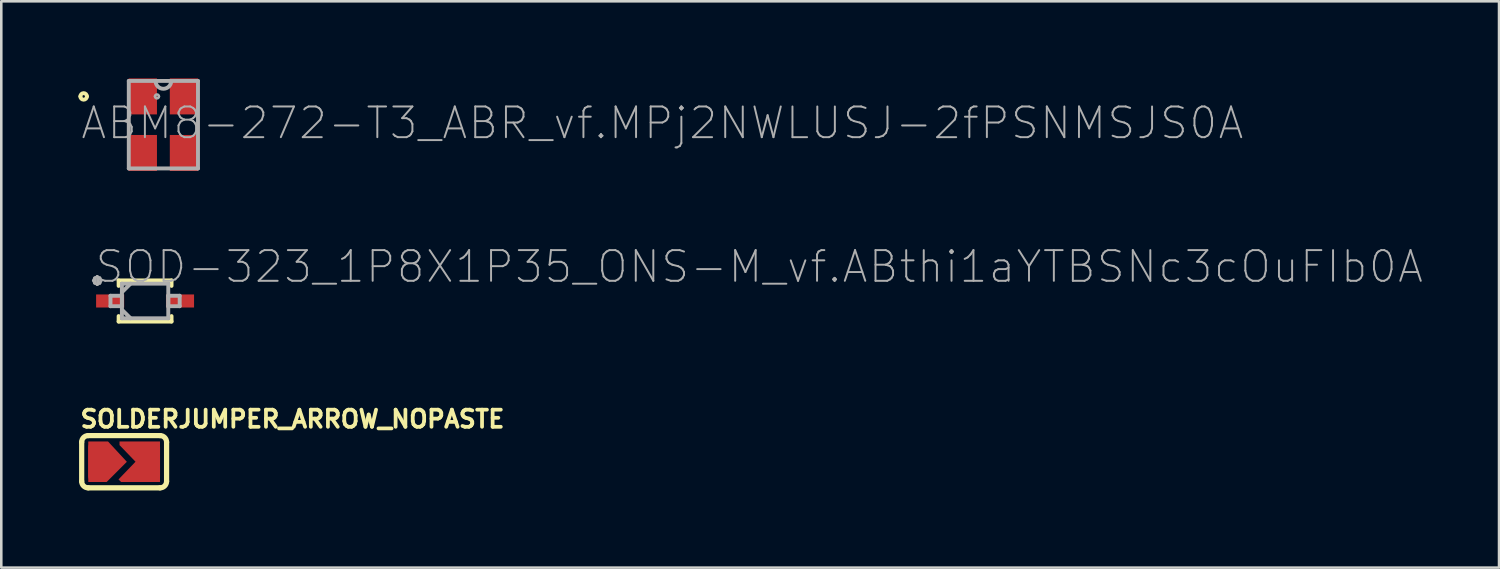
<source format=kicad_pcb>
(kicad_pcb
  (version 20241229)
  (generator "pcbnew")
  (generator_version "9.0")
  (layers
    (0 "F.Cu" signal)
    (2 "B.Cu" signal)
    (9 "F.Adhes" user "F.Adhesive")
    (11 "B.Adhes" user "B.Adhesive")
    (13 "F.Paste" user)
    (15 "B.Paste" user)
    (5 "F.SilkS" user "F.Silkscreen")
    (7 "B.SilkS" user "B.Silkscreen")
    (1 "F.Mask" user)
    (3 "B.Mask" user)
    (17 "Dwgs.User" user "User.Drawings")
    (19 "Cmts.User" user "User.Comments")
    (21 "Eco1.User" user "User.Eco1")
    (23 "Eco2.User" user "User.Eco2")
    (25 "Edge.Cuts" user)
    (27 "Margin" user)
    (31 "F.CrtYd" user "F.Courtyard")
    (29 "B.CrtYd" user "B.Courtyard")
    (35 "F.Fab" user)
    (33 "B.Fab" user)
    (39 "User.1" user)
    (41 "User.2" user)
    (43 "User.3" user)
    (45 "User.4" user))
  (footprint "SOD-323_1P8X1P35_ONS-M_vf.ABthi1aYTBSNc3cOuFIb0A"
    (layer "F.Cu")
    (at 2.593 8.657)
    (property "Reference" "SOD-323_1P8X1P35_ONS-M_vf.ABthi1aYTBSNc3cOuFIb0A" (at -2.001 -0.635 0) (unlocked yes) (layer "F.Fab") (effects (font (size 1.194 1.194) (thickness 0.076)) (justify left bottom)))
    (fp_line (start -1.029 -0.8) (end -1.029 -0.587) (stroke (width 0.152) (type solid)) (layer "F.SilkS"))
    (fp_line (start -1.029 0.587) (end -1.029 0.8) (stroke (width 0.152) (type solid)) (layer "F.SilkS"))
    (fp_line (start -1.029 0.8) (end 1.029 0.8) (stroke (width 0.152) (type solid)) (layer "F.SilkS"))
    (fp_line (start 1.029 -0.8) (end -1.029 -0.8) (stroke (width 0.152) (type solid)) (layer "F.SilkS"))
    (fp_line (start 1.029 -0.587) (end 1.029 -0.8) (stroke (width 0.152) (type solid)) (layer "F.SilkS"))
    (fp_line (start 1.029 0.8) (end 1.029 0.587) (stroke (width 0.152) (type solid)) (layer "F.SilkS"))
    (fp_line (start -1.346 -0.203) (end -1.346 0.203) (stroke (width 0.152) (type solid)) (layer "F.Fab"))
    (fp_line (start -1.346 0.203) (end -0.902 0.203) (stroke (width 0.152) (type solid)) (layer "F.Fab"))
    (fp_line (start -0.902 -0.673) (end -0.902 0.673) (stroke (width 0.152) (type solid)) (layer "F.Fab"))
    (fp_line (start -0.902 -0.337) (end -0.565 -0.673) (stroke (width 0.152) (type solid)) (layer "F.Fab"))
    (fp_line (start -0.902 -0.203) (end -1.346 -0.203) (stroke (width 0.152) (type solid)) (layer "F.Fab"))
    (fp_line (start -0.902 0.203) (end -0.902 -0.203) (stroke (width 0.152) (type solid)) (layer "F.Fab"))
    (fp_line (start -0.902 0.337) (end -0.565 0.673) (stroke (width 0.152) (type solid)) (layer "F.Fab"))
    (fp_line (start -0.902 0.673) (end 0.902 0.673) (stroke (width 0.152) (type solid)) (layer "F.Fab"))
    (fp_line (start 0.902 -0.673) (end -0.902 -0.673) (stroke (width 0.152) (type solid)) (layer "F.Fab"))
    (fp_line (start 0.902 -0.203) (end 0.902 0.203) (stroke (width 0.152) (type solid)) (layer "F.Fab"))
    (fp_line (start 0.902 0.203) (end 1.346 0.203) (stroke (width 0.152) (type solid)) (layer "F.Fab"))
    (fp_line (start 0.902 0.673) (end 0.902 -0.673) (stroke (width 0.152) (type solid)) (layer "F.Fab"))
    (fp_line (start 1.346 -0.203) (end 0.902 -0.203) (stroke (width 0.152) (type solid)) (layer "F.Fab"))
    (fp_line (start 1.346 0.203) (end 1.346 -0.203) (stroke (width 0.152) (type solid)) (layer "F.Fab"))
    (fp_text user "•" (at -1.859 -0.889 0) (unlocked yes) (layer "F.Fab") (effects (font (size 1.194 1.194) (thickness 0.076))))
    (pad "1" smd rect (at -1.359 0) (size 1.092 0.508) (layers "F.Cu" "F.Mask" "F.Paste"))
    (pad "2" smd rect (at 1.359 0) (size 1.092 0.508) (layers "F.Cu" "F.Mask" "F.Paste")))
  (footprint "SOLDERJUMPER_ARROW_NOPASTE"
    (layer "F.Cu")
    (at 1.778 14.909)
    (property "Reference" "SOLDERJUMPER_ARROW_NOPASTE" (at -1.778 -1.27 0) (unlocked yes) (layer "F.SilkS") (effects (font (size 0.666 0.666) (thickness 0.146)) (justify left bottom)))
    (fp_poly (pts (xy 0.106 0.003) (xy -0.679 0.788) (xy -1.395 0.788) (xy -1.395 -0.788) (xy -0.627 -0.788)) (stroke (width 0) (type default)) (fill yes) (layer "F.Cu"))
    (fp_poly (pts (xy 1.395 0.788) (xy -0.119 0.788) (xy -0.219 0.688) (xy 0.443 0.000007) (xy 0.443 0) (xy 0.443 -0.000018) (xy 0.443 -0.000018) (xy -0.179 -0.646) (xy -0.179 -0.788) (xy 1.395 -0.788)) (stroke (width 0) (type default)) (fill yes) (layer "F.Cu"))
    (fp_poly (pts (xy -1.46 0.826) (xy 1.46 0.826) (xy 1.46 -0.826) (xy -1.46 -0.826)) (stroke (width 0) (type default)) (fill yes) (layer "F.Mask"))
    (fp_line (start -1.651 0.762) (end -1.651 -0.762) (stroke (width 0.203) (type solid)) (layer "F.SilkS"))
    (fp_line (start -1.397 -1.016) (end 1.397 -1.016) (stroke (width 0.203) (type solid)) (layer "F.SilkS"))
    (fp_line (start 1.397 1.016) (end -1.397 1.016) (stroke (width 0.203) (type solid)) (layer "F.SilkS"))
    (fp_line (start 1.651 0.762) (end 1.651 -0.762) (stroke (width 0.203) (type solid)) (layer "F.SilkS"))
    (fp_arc (start -1.651 -0.762) (mid -1.576605 -0.941605) (end -1.397 -1.016) (stroke (width 0.2032) (type solid)) (layer "F.SilkS"))
    (fp_arc (start -1.397 1.016) (mid -1.576605 0.941605) (end -1.651 0.762) (stroke (width 0.2032) (type solid)) (layer "F.SilkS"))
    (fp_arc (start 1.397 -1.016) (mid 1.576605 -0.941605) (end 1.651 -0.762) (stroke (width 0.2032) (type solid)) (layer "F.SilkS"))
    (fp_arc (start 1.651 0.762) (mid 1.576605 0.941605) (end 1.397 1.016) (stroke (width 0.2032) (type solid)) (layer "F.SilkS"))
    (pad "1" smd roundrect (at -1.016 0) (size 0.762 1.524) (layers "F.Cu") (roundrect_rratio 0.25))
    (pad "2" smd roundrect (at 1.016 0) (size 0.762 1.524) (layers "F.Cu") (roundrect_rratio 0.25)))
  (footprint "ABM8-272-T3_ABR_vf.MPj2NWLUSJ-2fPSNMSJS0A"
    (layer "F.Cu")
    (at 3.305 1.8)
    (property "Reference" "ABM8-272-T3_ABR_vf.MPj2NWLUSJ-2fPSNMSJS0A" (at -3.271 0.635 0) (unlocked yes) (layer "F.Fab") (effects (font (size 1.194 1.194) (thickness 0.076)) (justify left bottom)))
    (fp_arc (start -3.2286 -1.1) (mid -3.1016 -1.227) (end -2.9746 -1.1) (stroke (width 0.1524) (type solid)) (layer "F.SilkS"))
    (fp_arc (start -2.9746 -1.1) (mid -3.1016 -0.973) (end -3.2286 -1.1) (stroke (width 0.1524) (type solid)) (layer "F.SilkS"))
    (fp_line (start -1.346 -1.702) (end -1.346 1.702) (stroke (width 0.152) (type solid)) (layer "F.Fab"))
    (fp_line (start -1.346 1.702) (end 1.346 1.702) (stroke (width 0.152) (type solid)) (layer "F.Fab"))
    (fp_line (start 1.346 -1.702) (end -1.346 -1.702) (stroke (width 0.152) (type solid)) (layer "F.Fab"))
    (fp_line (start 1.346 1.702) (end 1.346 -1.702) (stroke (width 0.152) (type solid)) (layer "F.Fab"))
    (fp_arc (start -0.3262 -1.1) (mid -0.25 -1.1762) (end -0.1738 -1.1) (stroke (width 0.1) (type solid)) (layer "F.Fab"))
    (fp_arc (start -0.1738 -1.1) (mid -0.25 -1.0238) (end -0.3262 -1.1) (stroke (width 0.1) (type solid)) (layer "F.Fab"))
    (fp_arc (start 0.3048 -1.7018) (mid 0 -1.397) (end -0.3048 -1.7018) (stroke (width 0.1524) (type solid)) (layer "F.Fab"))
    (pad "1" smd rect (at -0.8 -1.1) (size 1.1 1.4) (layers "F.Cu" "F.Mask" "F.Paste"))
    (pad "2" smd rect (at -0.8 1.1) (size 1.1 1.4) (layers "F.Cu" "F.Mask" "F.Paste"))
    (pad "3" smd rect (at 0.8 1.1 180) (size 1.1 1.4) (layers "F.Cu" "F.Mask" "F.Paste"))
    (pad "4" smd rect (at 0.8 -1.1 180) (size 1.1 1.4) (layers "F.Cu" "F.Mask" "F.Paste")))
  (gr_rect
    (start -3 -3)
    (end 55.256 19.027)
    (stroke (width 0.1) (type default))
    (fill no)
    (layer "Edge.Cuts")))
</source>
